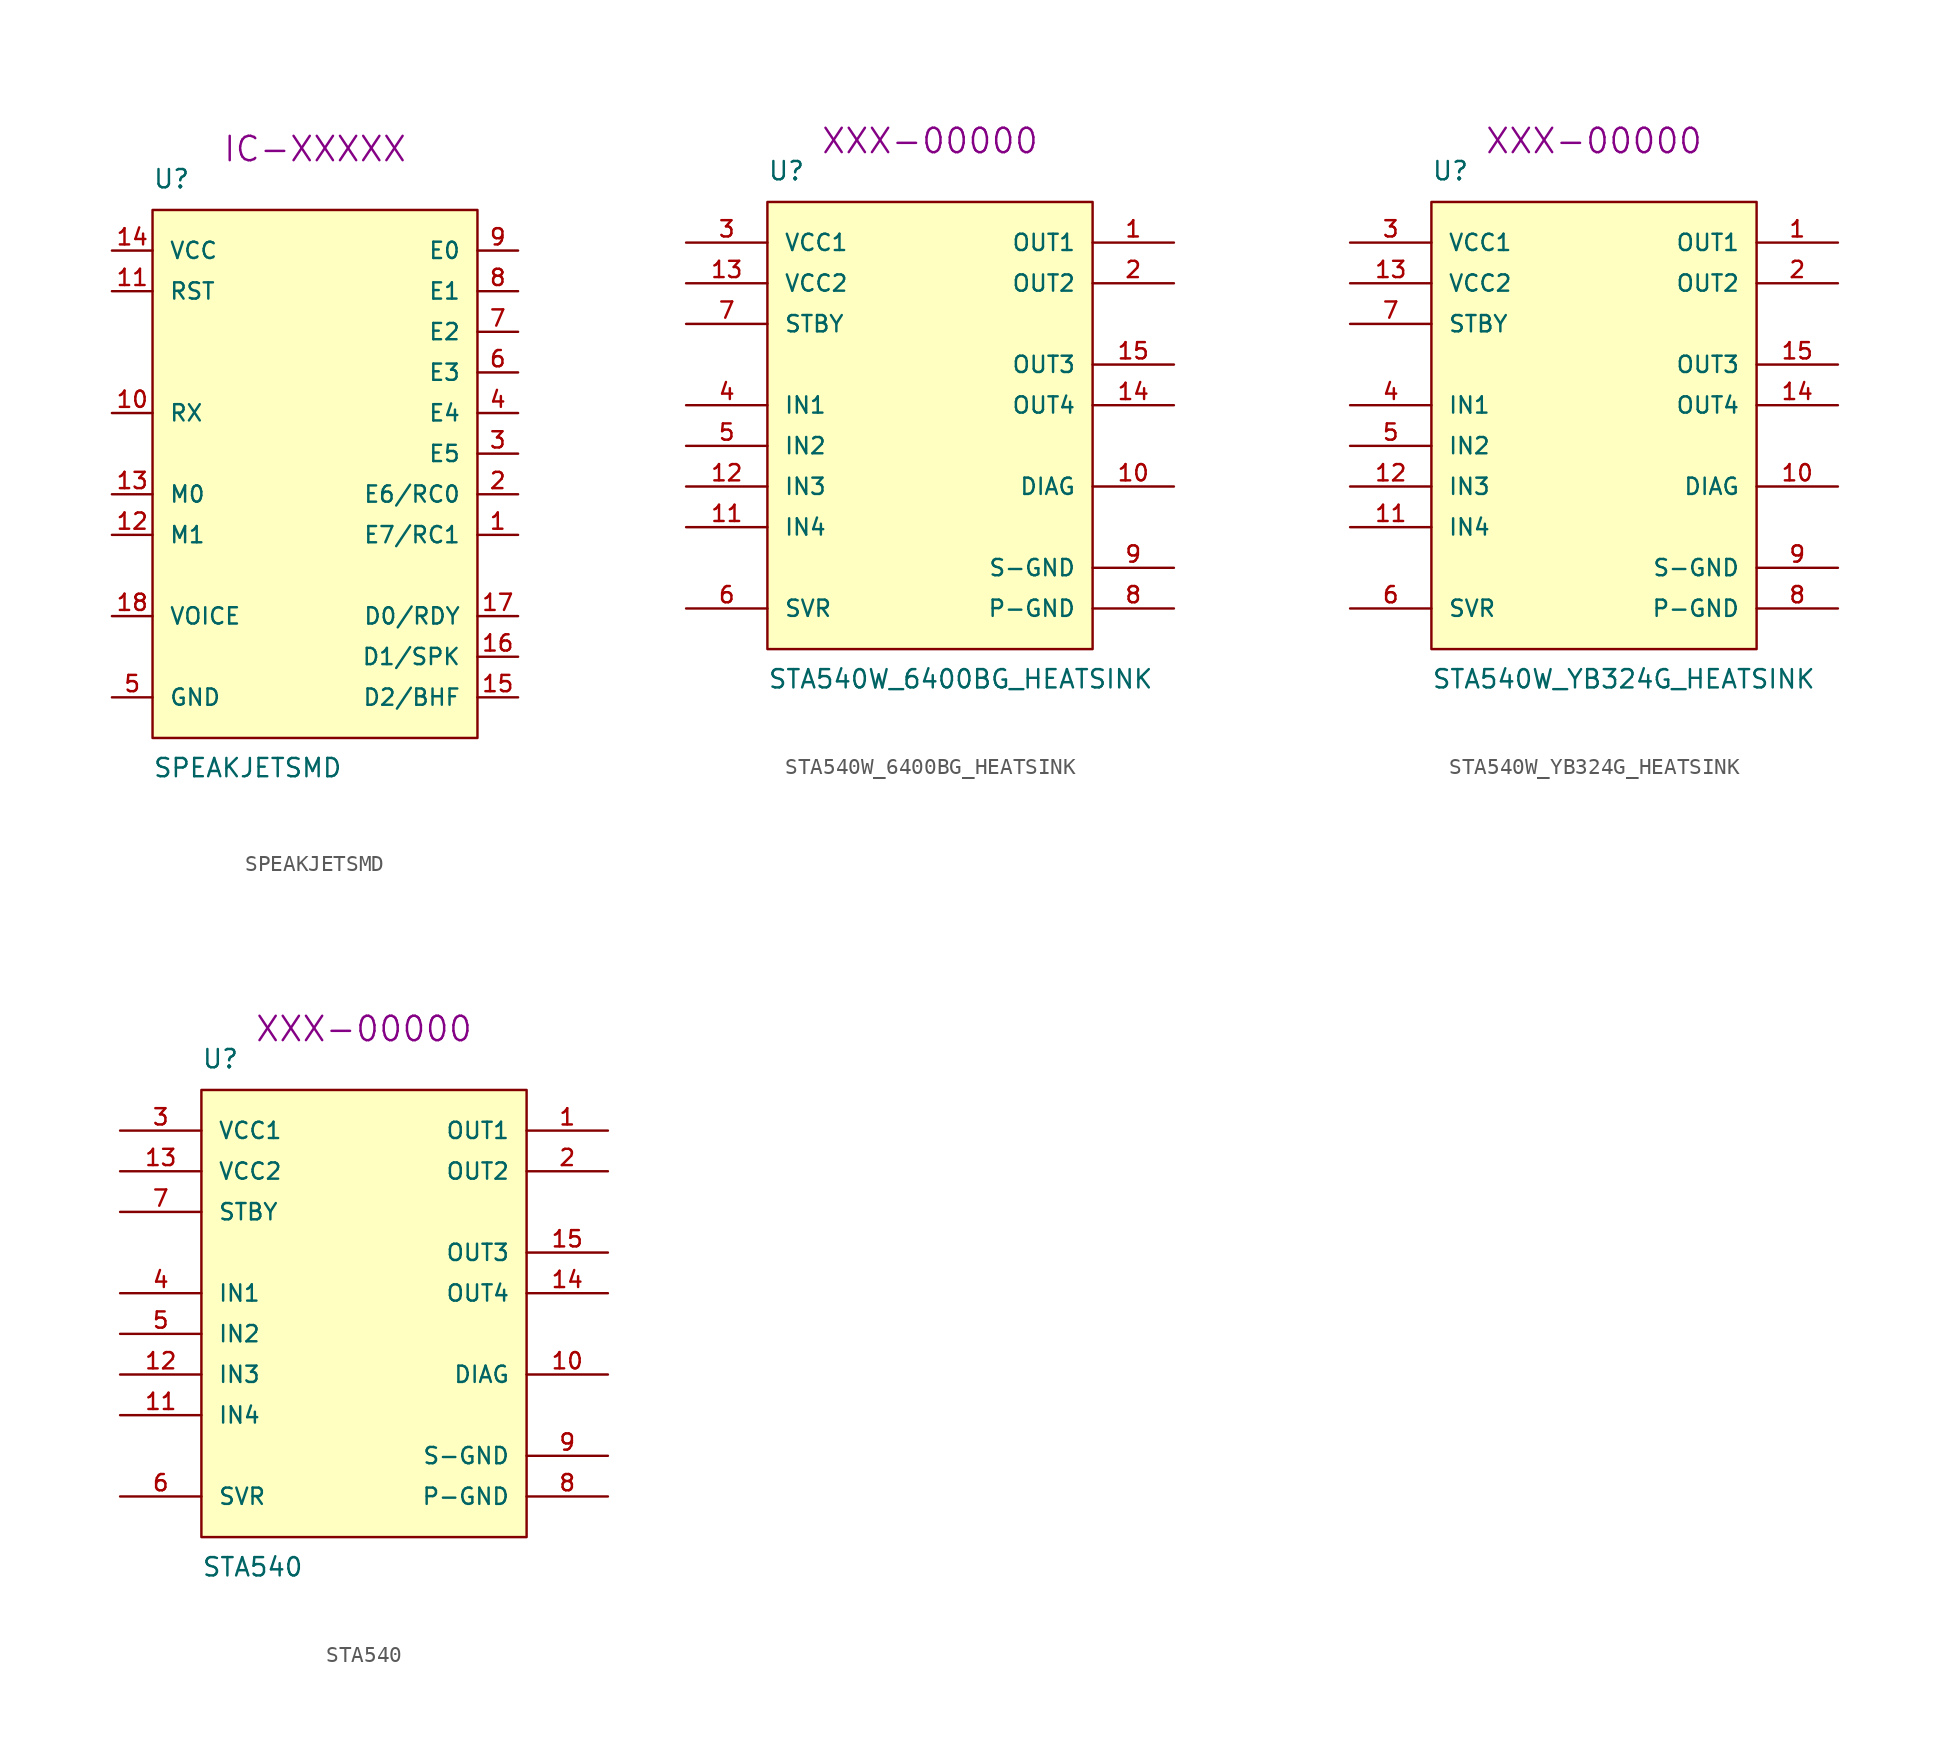
<source format=kicad_sym>
(kicad_symbol_lib
  (version 20201005)
  (generator kicad_symbol_editor)
  (symbol "SPEAKJETSMD"
    (pin_names
      (offset 1.016))
    (property "Reference" "U"
      (at -10.16 16.51 0)
      (effects (font (size 1.143 1.143)) (justify left bottom)))
    (property "Value" "SPEAKJETSMD"
      (at -10.16 -20.32 0)
      (effects (font (size 1.143 1.143)) (justify left bottom)))
    (property "Field4" "IC-XXXXX"
      (at 0 19.05 0)
      (effects (font (size 1.524 1.524))))
    (property "ki_locked" ""
      (at 0 0 0)
      (effects (font (size 1.27 1.27))))
    (symbol "SPEAKJETSMD_1_1"
      (polyline (pts (xy -10.16 -17.78) (xy 10.16 -17.78) (xy 10.16 15.24) (xy -10.16 15.24) (xy -10.16 -17.78)) (stroke (width 0)) (fill (type background)))
      (pin bidirectional line (at 12.7 -5.08 180) (length 2.54) (name "E7/RC1" (effects (font (size 1.016 1.016)))) (number "1" (effects (font (size 1.016 1.016)))))
      (pin bidirectional line (at 12.7 -2.54 180) (length 2.54) (name "E6/RC0" (effects (font (size 1.016 1.016)))) (number "2" (effects (font (size 1.016 1.016)))))
      (pin bidirectional line (at 12.7 0 180) (length 2.54) (name "E5" (effects (font (size 1.016 1.016)))) (number "3" (effects (font (size 1.016 1.016)))))
      (pin bidirectional line (at 12.7 2.54 180) (length 2.54) (name "E4" (effects (font (size 1.016 1.016)))) (number "4" (effects (font (size 1.016 1.016)))))
      (pin bidirectional line (at -12.7 -15.24 0) (length 2.54) (name "GND" (effects (font (size 1.016 1.016)))) (number "5" (effects (font (size 1.016 1.016)))))
      (pin bidirectional line (at 12.7 5.08 180) (length 2.54) (name "E3" (effects (font (size 1.016 1.016)))) (number "6" (effects (font (size 1.016 1.016)))))
      (pin bidirectional line (at 12.7 7.62 180) (length 2.54) (name "E2" (effects (font (size 1.016 1.016)))) (number "7" (effects (font (size 1.016 1.016)))))
      (pin bidirectional line (at 12.7 10.16 180) (length 2.54) (name "E1" (effects (font (size 1.016 1.016)))) (number "8" (effects (font (size 1.016 1.016)))))
      (pin bidirectional line (at 12.7 12.7 180) (length 2.54) (name "E0" (effects (font (size 1.016 1.016)))) (number "9" (effects (font (size 1.016 1.016)))))
      (pin bidirectional line (at -12.7 2.54 0) (length 2.54) (name "RX" (effects (font (size 1.016 1.016)))) (number "10" (effects (font (size 1.016 1.016)))))
      (pin bidirectional line (at -12.7 10.16 0) (length 2.54) (name "RST" (effects (font (size 1.016 1.016)))) (number "11" (effects (font (size 1.016 1.016)))))
      (pin bidirectional line (at -12.7 -5.08 0) (length 2.54) (name "M1" (effects (font (size 1.016 1.016)))) (number "12" (effects (font (size 1.016 1.016)))))
      (pin bidirectional line (at -12.7 -2.54 0) (length 2.54) (name "M0" (effects (font (size 1.016 1.016)))) (number "13" (effects (font (size 1.016 1.016)))))
      (pin bidirectional line (at -12.7 12.7 0) (length 2.54) (name "VCC" (effects (font (size 1.016 1.016)))) (number "14" (effects (font (size 1.016 1.016)))))
      (pin bidirectional line (at 12.7 -15.24 180) (length 2.54) (name "D2/BHF" (effects (font (size 1.016 1.016)))) (number "15" (effects (font (size 1.016 1.016)))))
      (pin bidirectional line (at 12.7 -12.7 180) (length 2.54) (name "D1/SPK" (effects (font (size 1.016 1.016)))) (number "16" (effects (font (size 1.016 1.016)))))
      (pin bidirectional line (at 12.7 -10.16 180) (length 2.54) (name "D0/RDY" (effects (font (size 1.016 1.016)))) (number "17" (effects (font (size 1.016 1.016)))))
      (pin bidirectional line (at -12.7 -10.16 0) (length 2.54) (name "VOICE" (effects (font (size 1.016 1.016)))) (number "18" (effects (font (size 1.016 1.016)))))))
  (symbol "STA540W_6400BG_HEATSINK"
    (pin_names
      (offset 1.016))
    (property "Reference" "U"
      (at -10.16 16.51 0)
      (effects (font (size 1.143 1.143)) (justify left bottom)))
    (property "Value" "STA540W_6400BG_HEATSINK"
      (at -10.16 -15.24 0)
      (effects (font (size 1.143 1.143)) (justify left bottom)))
    (property "Field4" "XXX-00000"
      (at 0 19.05 0)
      (effects (font (size 1.524 1.524))))
    (property "ki_locked" ""
      (at 0 0 0)
      (effects (font (size 1.27 1.27))))
    (symbol "STA540W_6400BG_HEATSINK_1_1"
      (polyline (pts (xy -10.16 -12.7) (xy 10.16 -12.7) (xy 10.16 15.24) (xy -10.16 15.24) (xy -10.16 -12.7)) (stroke (width 0)) (fill (type background)))
      (pin bidirectional line (at 15.24 12.7 180) (length 5.08) (name "OUT1" (effects (font (size 1.016 1.016)))) (number "1" (effects (font (size 1.016 1.016)))))
      (pin bidirectional line (at 15.24 10.16 180) (length 5.08) (name "OUT2" (effects (font (size 1.016 1.016)))) (number "2" (effects (font (size 1.016 1.016)))))
      (pin bidirectional line (at -15.24 12.7 0) (length 5.08) (name "VCC1" (effects (font (size 1.016 1.016)))) (number "3" (effects (font (size 1.016 1.016)))))
      (pin bidirectional line (at -15.24 2.54 0) (length 5.08) (name "IN1" (effects (font (size 1.016 1.016)))) (number "4" (effects (font (size 1.016 1.016)))))
      (pin bidirectional line (at -15.24 0 0) (length 5.08) (name "IN2" (effects (font (size 1.016 1.016)))) (number "5" (effects (font (size 1.016 1.016)))))
      (pin bidirectional line (at -15.24 -10.16 0) (length 5.08) (name "SVR" (effects (font (size 1.016 1.016)))) (number "6" (effects (font (size 1.016 1.016)))))
      (pin bidirectional line (at -15.24 7.62 0) (length 5.08) (name "STBY" (effects (font (size 1.016 1.016)))) (number "7" (effects (font (size 1.016 1.016)))))
      (pin bidirectional line (at 15.24 -10.16 180) (length 5.08) (name "P-GND" (effects (font (size 1.016 1.016)))) (number "8" (effects (font (size 1.016 1.016)))))
      (pin bidirectional line (at 15.24 -7.62 180) (length 5.08) (name "S-GND" (effects (font (size 1.016 1.016)))) (number "9" (effects (font (size 1.016 1.016)))))
      (pin bidirectional line (at 15.24 -2.54 180) (length 5.08) (name "DIAG" (effects (font (size 1.016 1.016)))) (number "10" (effects (font (size 1.016 1.016)))))
      (pin bidirectional line (at -15.24 -5.08 0) (length 5.08) (name "IN4" (effects (font (size 1.016 1.016)))) (number "11" (effects (font (size 1.016 1.016)))))
      (pin bidirectional line (at -15.24 -2.54 0) (length 5.08) (name "IN3" (effects (font (size 1.016 1.016)))) (number "12" (effects (font (size 1.016 1.016)))))
      (pin bidirectional line (at -15.24 10.16 0) (length 5.08) (name "VCC2" (effects (font (size 1.016 1.016)))) (number "13" (effects (font (size 1.016 1.016)))))
      (pin bidirectional line (at 15.24 2.54 180) (length 5.08) (name "OUT4" (effects (font (size 1.016 1.016)))) (number "14" (effects (font (size 1.016 1.016)))))
      (pin bidirectional line (at 15.24 5.08 180) (length 5.08) (name "OUT3" (effects (font (size 1.016 1.016)))) (number "15" (effects (font (size 1.016 1.016)))))))
  (symbol "STA540W_YB324G_HEATSINK"
    (pin_names
      (offset 1.016))
    (property "Reference" "U"
      (at -10.16 16.51 0)
      (effects (font (size 1.143 1.143)) (justify left bottom)))
    (property "Value" "STA540W_YB324G_HEATSINK"
      (at -10.16 -15.24 0)
      (effects (font (size 1.143 1.143)) (justify left bottom)))
    (property "Field4" "XXX-00000"
      (at 0 19.05 0)
      (effects (font (size 1.524 1.524))))
    (property "ki_locked" ""
      (at 0 0 0)
      (effects (font (size 1.27 1.27))))
    (symbol "STA540W_YB324G_HEATSINK_1_1"
      (polyline (pts (xy -10.16 -12.7) (xy 10.16 -12.7) (xy 10.16 15.24) (xy -10.16 15.24) (xy -10.16 -12.7)) (stroke (width 0)) (fill (type background)))
      (pin bidirectional line (at 15.24 12.7 180) (length 5.08) (name "OUT1" (effects (font (size 1.016 1.016)))) (number "1" (effects (font (size 1.016 1.016)))))
      (pin bidirectional line (at 15.24 10.16 180) (length 5.08) (name "OUT2" (effects (font (size 1.016 1.016)))) (number "2" (effects (font (size 1.016 1.016)))))
      (pin bidirectional line (at -15.24 12.7 0) (length 5.08) (name "VCC1" (effects (font (size 1.016 1.016)))) (number "3" (effects (font (size 1.016 1.016)))))
      (pin bidirectional line (at -15.24 2.54 0) (length 5.08) (name "IN1" (effects (font (size 1.016 1.016)))) (number "4" (effects (font (size 1.016 1.016)))))
      (pin bidirectional line (at -15.24 0 0) (length 5.08) (name "IN2" (effects (font (size 1.016 1.016)))) (number "5" (effects (font (size 1.016 1.016)))))
      (pin bidirectional line (at -15.24 -10.16 0) (length 5.08) (name "SVR" (effects (font (size 1.016 1.016)))) (number "6" (effects (font (size 1.016 1.016)))))
      (pin bidirectional line (at -15.24 7.62 0) (length 5.08) (name "STBY" (effects (font (size 1.016 1.016)))) (number "7" (effects (font (size 1.016 1.016)))))
      (pin bidirectional line (at 15.24 -10.16 180) (length 5.08) (name "P-GND" (effects (font (size 1.016 1.016)))) (number "8" (effects (font (size 1.016 1.016)))))
      (pin bidirectional line (at 15.24 -7.62 180) (length 5.08) (name "S-GND" (effects (font (size 1.016 1.016)))) (number "9" (effects (font (size 1.016 1.016)))))
      (pin bidirectional line (at 15.24 -2.54 180) (length 5.08) (name "DIAG" (effects (font (size 1.016 1.016)))) (number "10" (effects (font (size 1.016 1.016)))))
      (pin bidirectional line (at -15.24 -5.08 0) (length 5.08) (name "IN4" (effects (font (size 1.016 1.016)))) (number "11" (effects (font (size 1.016 1.016)))))
      (pin bidirectional line (at -15.24 -2.54 0) (length 5.08) (name "IN3" (effects (font (size 1.016 1.016)))) (number "12" (effects (font (size 1.016 1.016)))))
      (pin bidirectional line (at -15.24 10.16 0) (length 5.08) (name "VCC2" (effects (font (size 1.016 1.016)))) (number "13" (effects (font (size 1.016 1.016)))))
      (pin bidirectional line (at 15.24 2.54 180) (length 5.08) (name "OUT4" (effects (font (size 1.016 1.016)))) (number "14" (effects (font (size 1.016 1.016)))))
      (pin bidirectional line (at 15.24 5.08 180) (length 5.08) (name "OUT3" (effects (font (size 1.016 1.016)))) (number "15" (effects (font (size 1.016 1.016)))))))
  (symbol "STA540"
    (pin_names
      (offset 1.016))
    (property "Reference" "U"
      (at -10.16 16.51 0)
      (effects (font (size 1.143 1.143)) (justify left bottom)))
    (property "Value" "STA540"
      (at -10.16 -15.24 0)
      (effects (font (size 1.143 1.143)) (justify left bottom)))
    (property "Field4" "XXX-00000"
      (at 0 19.05 0)
      (effects (font (size 1.524 1.524))))
    (property "ki_locked" ""
      (at 0 0 0)
      (effects (font (size 1.27 1.27))))
    (symbol "STA540_1_1"
      (polyline (pts (xy -10.16 -12.7) (xy 10.16 -12.7) (xy 10.16 15.24) (xy -10.16 15.24) (xy -10.16 -12.7)) (stroke (width 0)) (fill (type background)))
      (pin bidirectional line (at 15.24 12.7 180) (length 5.08) (name "OUT1" (effects (font (size 1.016 1.016)))) (number "1" (effects (font (size 1.016 1.016)))))
      (pin bidirectional line (at 15.24 10.16 180) (length 5.08) (name "OUT2" (effects (font (size 1.016 1.016)))) (number "2" (effects (font (size 1.016 1.016)))))
      (pin bidirectional line (at -15.24 12.7 0) (length 5.08) (name "VCC1" (effects (font (size 1.016 1.016)))) (number "3" (effects (font (size 1.016 1.016)))))
      (pin bidirectional line (at -15.24 2.54 0) (length 5.08) (name "IN1" (effects (font (size 1.016 1.016)))) (number "4" (effects (font (size 1.016 1.016)))))
      (pin bidirectional line (at -15.24 0 0) (length 5.08) (name "IN2" (effects (font (size 1.016 1.016)))) (number "5" (effects (font (size 1.016 1.016)))))
      (pin bidirectional line (at -15.24 -10.16 0) (length 5.08) (name "SVR" (effects (font (size 1.016 1.016)))) (number "6" (effects (font (size 1.016 1.016)))))
      (pin bidirectional line (at -15.24 7.62 0) (length 5.08) (name "STBY" (effects (font (size 1.016 1.016)))) (number "7" (effects (font (size 1.016 1.016)))))
      (pin bidirectional line (at 15.24 -10.16 180) (length 5.08) (name "P-GND" (effects (font (size 1.016 1.016)))) (number "8" (effects (font (size 1.016 1.016)))))
      (pin bidirectional line (at 15.24 -7.62 180) (length 5.08) (name "S-GND" (effects (font (size 1.016 1.016)))) (number "9" (effects (font (size 1.016 1.016)))))
      (pin bidirectional line (at 15.24 -2.54 180) (length 5.08) (name "DIAG" (effects (font (size 1.016 1.016)))) (number "10" (effects (font (size 1.016 1.016)))))
      (pin bidirectional line (at -15.24 -5.08 0) (length 5.08) (name "IN4" (effects (font (size 1.016 1.016)))) (number "11" (effects (font (size 1.016 1.016)))))
      (pin bidirectional line (at -15.24 -2.54 0) (length 5.08) (name "IN3" (effects (font (size 1.016 1.016)))) (number "12" (effects (font (size 1.016 1.016)))))
      (pin bidirectional line (at -15.24 10.16 0) (length 5.08) (name "VCC2" (effects (font (size 1.016 1.016)))) (number "13" (effects (font (size 1.016 1.016)))))
      (pin bidirectional line (at 15.24 2.54 180) (length 5.08) (name "OUT4" (effects (font (size 1.016 1.016)))) (number "14" (effects (font (size 1.016 1.016)))))
      (pin bidirectional line (at 15.24 5.08 180) (length 5.08) (name "OUT3" (effects (font (size 1.016 1.016)))) (number "15" (effects (font (size 1.016 1.016))))))))
</source>
